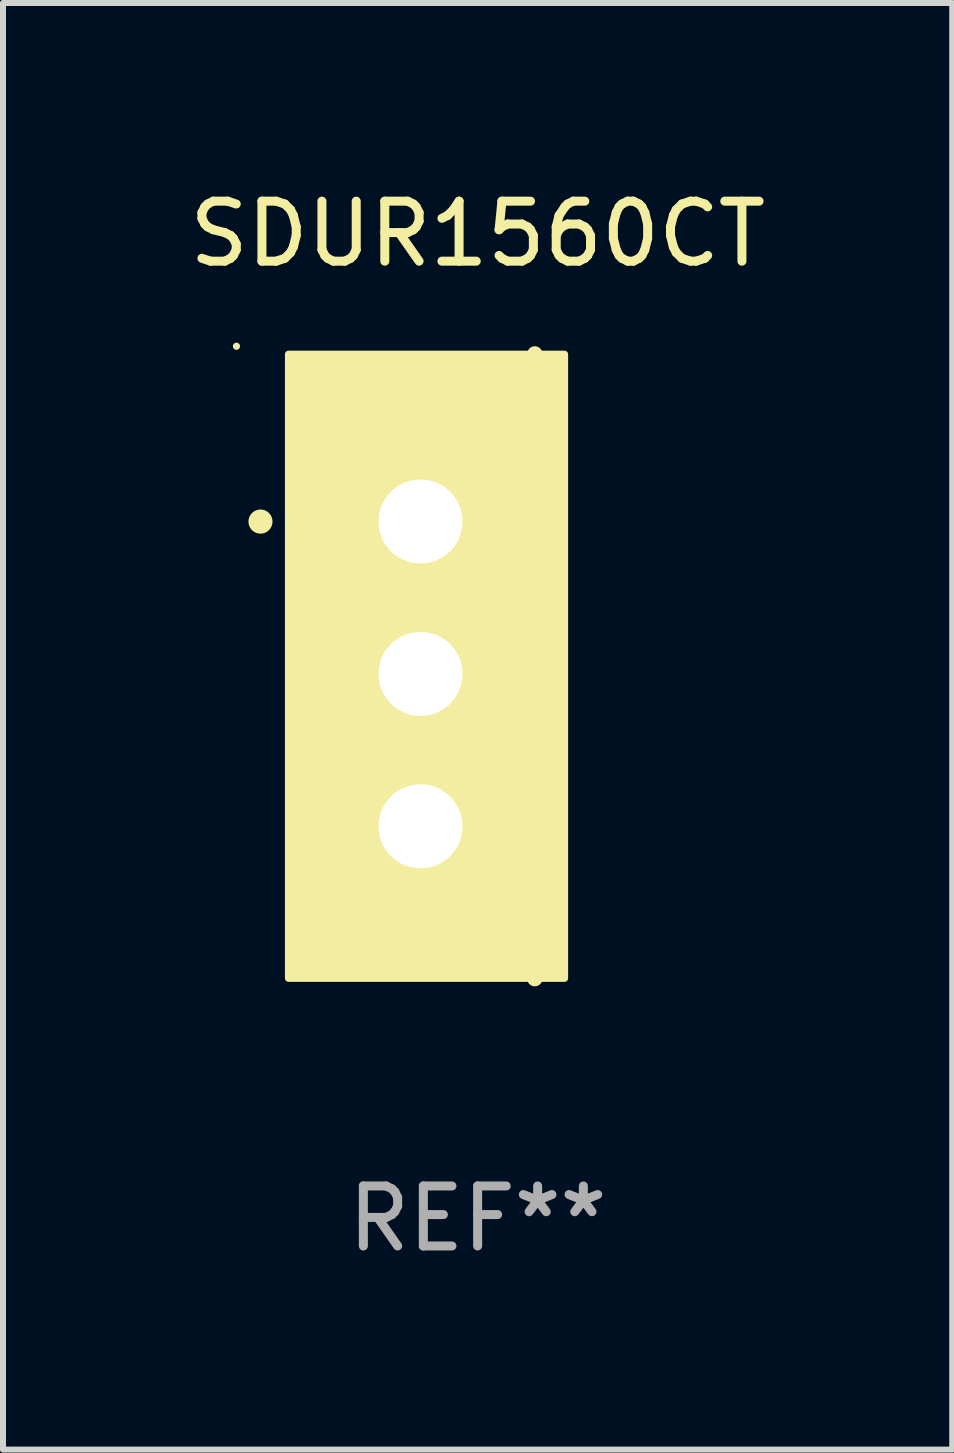
<source format=kicad_pcb>
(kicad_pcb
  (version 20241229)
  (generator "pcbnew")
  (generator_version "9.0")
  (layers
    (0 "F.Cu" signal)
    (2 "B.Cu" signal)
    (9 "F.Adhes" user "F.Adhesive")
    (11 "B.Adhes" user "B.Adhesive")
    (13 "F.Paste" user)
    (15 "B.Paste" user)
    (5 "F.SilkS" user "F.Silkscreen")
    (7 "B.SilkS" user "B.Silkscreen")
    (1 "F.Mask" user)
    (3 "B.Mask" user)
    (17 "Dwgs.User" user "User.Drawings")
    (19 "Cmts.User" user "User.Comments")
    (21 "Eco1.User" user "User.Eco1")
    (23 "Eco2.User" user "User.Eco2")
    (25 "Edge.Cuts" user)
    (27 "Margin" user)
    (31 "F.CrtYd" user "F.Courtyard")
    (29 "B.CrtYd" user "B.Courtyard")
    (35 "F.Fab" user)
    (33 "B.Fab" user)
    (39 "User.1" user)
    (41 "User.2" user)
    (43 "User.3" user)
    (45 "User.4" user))
  (footprint "SDUR1560CT"
    (layer "F.Cu")
    (at 4.911 8.055)
    (property "Reference" "SDUR1560CT" (at 0 -7.207 0) (layer "F.SilkS") (effects (font (size 1 1) (thickness 0.15))))
    (attr through_hole)
    (fp_line (start 0.953 5.207) (end 0.953 -5.207) (stroke (width 0.254) (type solid)) (layer "F.SilkS"))
    (fp_arc (start -3.619507 -2.410465) (mid -3.619511 -2.411735) (end -3.619507 -2.413005) (stroke (width 0.4) (type solid)) (layer "F.SilkS"))
    (fp_circle (center -4.02 -5.334) (end -3.99 -5.334) (stroke (width 0.06) (type solid)) (fill no) (layer "F.SilkS"))
    (fp_poly (pts (xy -3.152 -5.2) (xy 1.448 -5.2) (xy 1.448 5.2) (xy -3.152 5.2)) (stroke (width 0.12) (type solid)) (fill yes) (layer "F.SilkS"))
    (fp_text user "REF**" (at 0 9.207 0) (layer "F.Fab") (effects (font (size 1 1) (thickness 0.15))))
    (pad "1" thru_hole rect (at -0.953 -2.413 270) (size 2 2.5) (drill 1.4) (layers "*.Cu" "*.Mask"))
    (pad "2" thru_hole oval (at -0.953 0.127 270) (size 2 2.5) (drill 1.4) (layers "*.Cu" "*.Mask"))
    (pad "3" thru_hole oval (at -0.953 2.667 270) (size 2 2.5) (drill 1.4) (layers "*.Cu" "*.Mask")))
  (gr_rect
    (start -3 -3)
    (end 12.821 21.111)
    (stroke (width 0.1) (type default))
    (fill no)
    (layer "Edge.Cuts")))
</source>
